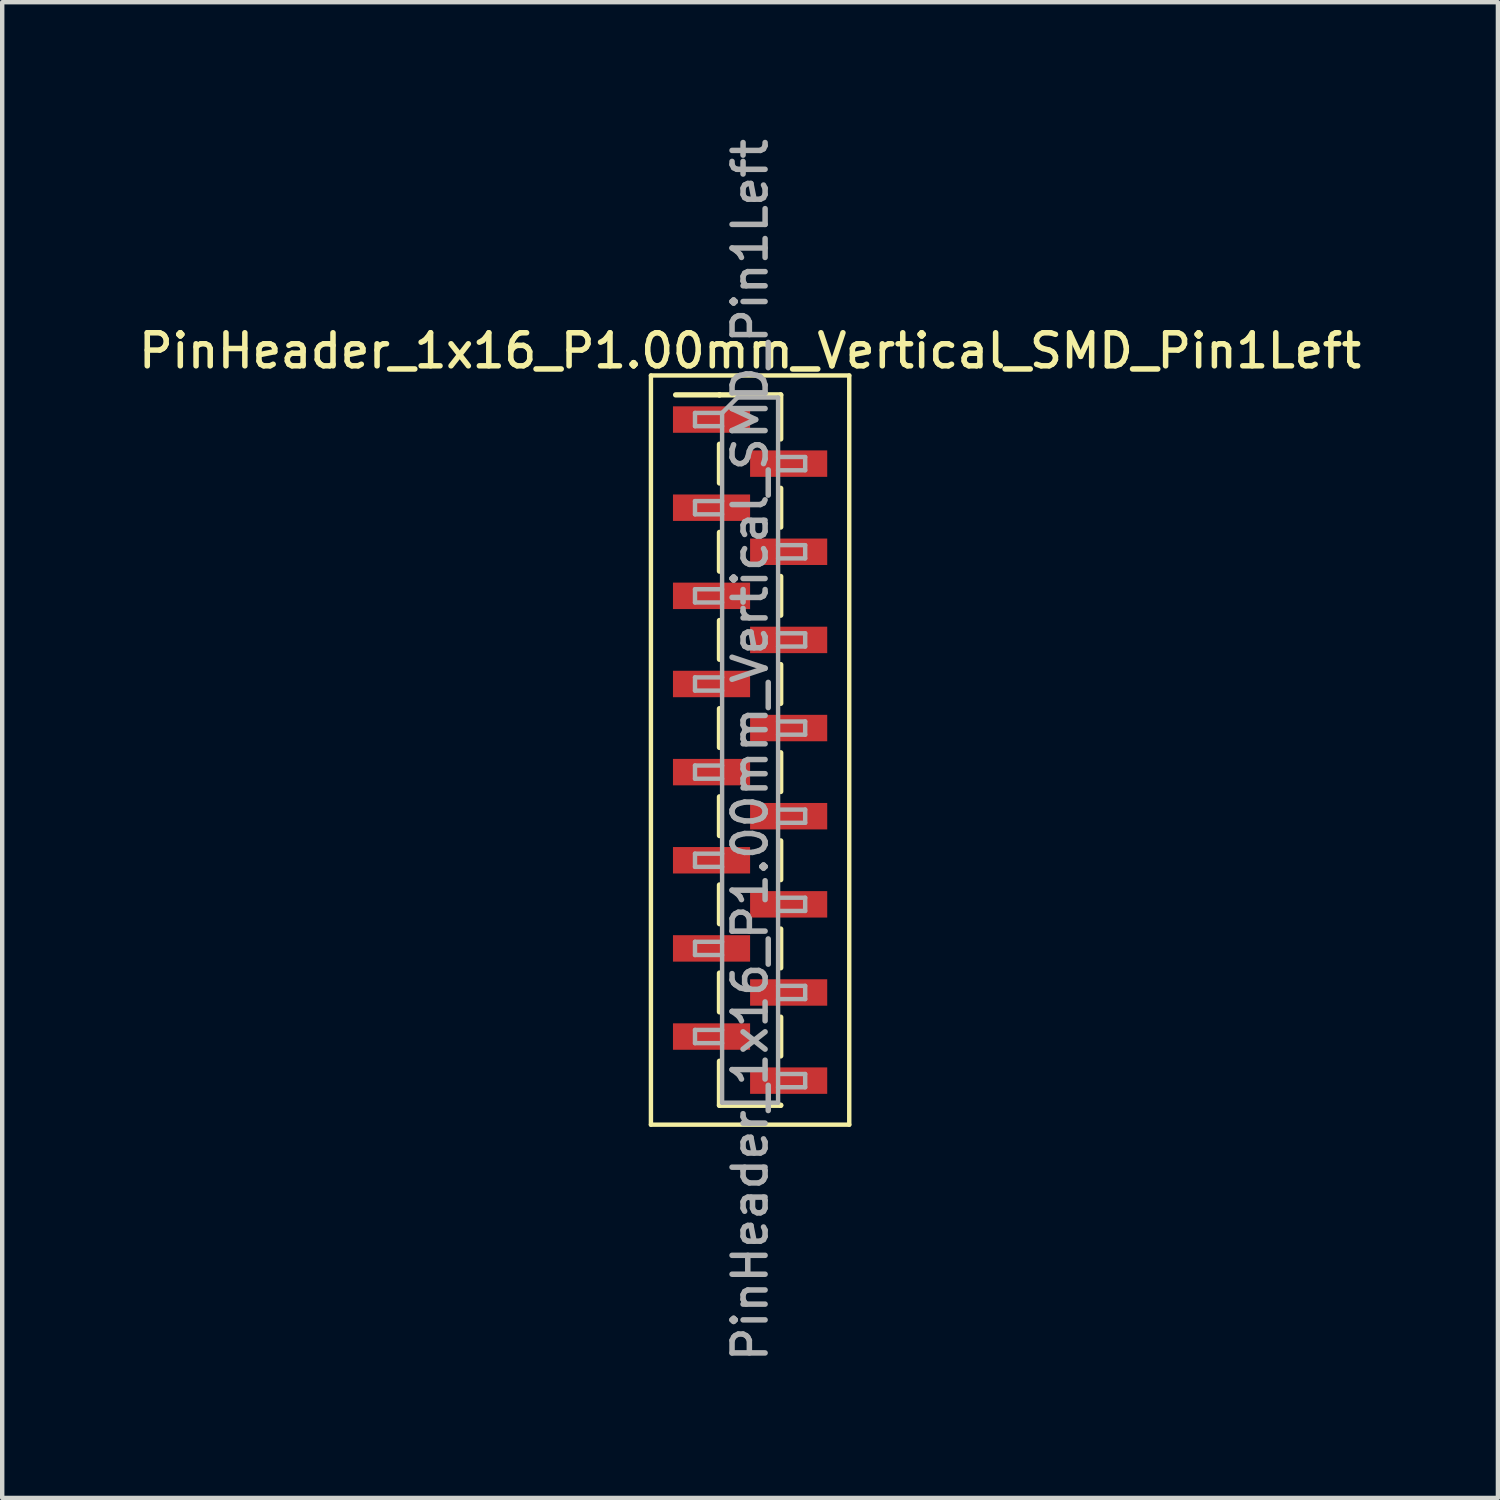
<source format=kicad_pcb>
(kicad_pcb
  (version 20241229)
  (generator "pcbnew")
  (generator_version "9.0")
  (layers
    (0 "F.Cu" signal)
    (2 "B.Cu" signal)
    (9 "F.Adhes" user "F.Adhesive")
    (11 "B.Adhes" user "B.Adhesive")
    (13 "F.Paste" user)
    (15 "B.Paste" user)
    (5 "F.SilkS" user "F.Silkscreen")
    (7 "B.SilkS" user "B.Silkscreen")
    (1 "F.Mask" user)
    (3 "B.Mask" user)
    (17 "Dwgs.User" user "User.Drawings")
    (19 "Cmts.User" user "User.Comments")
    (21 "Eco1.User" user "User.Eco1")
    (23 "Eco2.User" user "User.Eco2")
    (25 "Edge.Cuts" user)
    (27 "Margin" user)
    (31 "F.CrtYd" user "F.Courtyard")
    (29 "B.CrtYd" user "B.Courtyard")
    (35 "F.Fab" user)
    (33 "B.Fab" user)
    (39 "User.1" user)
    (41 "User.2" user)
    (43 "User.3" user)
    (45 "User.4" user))
  (footprint "PinHeader_1x16_P1.00mm_Vertical_SMD_Pin1Left"
    (layer "F.Cu")
    (at 13.97 13.97)
    (property "Reference" "PinHeader_1x16_P1.00mm_Vertical_SMD_Pin1Left" (at 0 -9.06 0) (layer "F.SilkS") (effects (font (size 0.75 0.75) (thickness 0.125))))
    (attr smd)
    (fp_line (start -2.25 -8.5) (end -2.25 8.5) (stroke (width 0.1) (type solid)) (layer "F.SilkS"))
    (fp_line (start -2.25 8.5) (end 2.25 8.5) (stroke (width 0.1) (type solid)) (layer "F.SilkS"))
    (fp_line (start -0.695 -8.06) (end -1.69 -8.06) (stroke (width 0.12) (type solid)) (layer "F.SilkS"))
    (fp_line (start -0.695 -8.06) (end -0.695 -8.06) (stroke (width 0.12) (type solid)) (layer "F.SilkS"))
    (fp_line (start -0.695 -8.06) (end 0.695 -8.06) (stroke (width 0.12) (type solid)) (layer "F.SilkS"))
    (fp_line (start -0.695 -6.94) (end -0.695 -6.06) (stroke (width 0.12) (type solid)) (layer "F.SilkS"))
    (fp_line (start -0.695 -4.94) (end -0.695 -4.06) (stroke (width 0.12) (type solid)) (layer "F.SilkS"))
    (fp_line (start -0.695 -2.94) (end -0.695 -2.06) (stroke (width 0.12) (type solid)) (layer "F.SilkS"))
    (fp_line (start -0.695 -0.94) (end -0.695 -0.06) (stroke (width 0.12) (type solid)) (layer "F.SilkS"))
    (fp_line (start -0.695 1.06) (end -0.695 1.94) (stroke (width 0.12) (type solid)) (layer "F.SilkS"))
    (fp_line (start -0.695 3.06) (end -0.695 3.94) (stroke (width 0.12) (type solid)) (layer "F.SilkS"))
    (fp_line (start -0.695 5.06) (end -0.695 5.94) (stroke (width 0.12) (type solid)) (layer "F.SilkS"))
    (fp_line (start -0.695 7.06) (end -0.695 8.06) (stroke (width 0.12) (type solid)) (layer "F.SilkS"))
    (fp_line (start -0.695 8.06) (end 0.695 8.06) (stroke (width 0.12) (type solid)) (layer "F.SilkS"))
    (fp_line (start 0.695 -8.06) (end 0.695 -7.06) (stroke (width 0.12) (type solid)) (layer "F.SilkS"))
    (fp_line (start 0.695 -5.94) (end 0.695 -5.06) (stroke (width 0.12) (type solid)) (layer "F.SilkS"))
    (fp_line (start 0.695 -3.94) (end 0.695 -3.06) (stroke (width 0.12) (type solid)) (layer "F.SilkS"))
    (fp_line (start 0.695 -1.94) (end 0.695 -1.06) (stroke (width 0.12) (type solid)) (layer "F.SilkS"))
    (fp_line (start 0.695 0.06) (end 0.695 0.94) (stroke (width 0.12) (type solid)) (layer "F.SilkS"))
    (fp_line (start 0.695 2.06) (end 0.695 2.94) (stroke (width 0.12) (type solid)) (layer "F.SilkS"))
    (fp_line (start 0.695 4.06) (end 0.695 4.94) (stroke (width 0.12) (type solid)) (layer "F.SilkS"))
    (fp_line (start 0.695 6.06) (end 0.695 6.94) (stroke (width 0.12) (type solid)) (layer "F.SilkS"))
    (fp_line (start 0.695 8.06) (end 0.695 8.06) (stroke (width 0.12) (type solid)) (layer "F.SilkS"))
    (fp_line (start 2.25 -8.5) (end -2.25 -8.5) (stroke (width 0.1) (type solid)) (layer "F.SilkS"))
    (fp_line (start 2.25 8.5) (end 2.25 -8.5) (stroke (width 0.1) (type solid)) (layer "F.SilkS"))
    (fp_line (start -1.25 -7.65) (end -1.25 -7.35) (stroke (width 0.1) (type solid)) (layer "F.Fab"))
    (fp_line (start -1.25 -7.35) (end -0.635 -7.35) (stroke (width 0.1) (type solid)) (layer "F.Fab"))
    (fp_line (start -1.25 -5.65) (end -1.25 -5.35) (stroke (width 0.1) (type solid)) (layer "F.Fab"))
    (fp_line (start -1.25 -5.35) (end -0.635 -5.35) (stroke (width 0.1) (type solid)) (layer "F.Fab"))
    (fp_line (start -1.25 -3.65) (end -1.25 -3.35) (stroke (width 0.1) (type solid)) (layer "F.Fab"))
    (fp_line (start -1.25 -3.35) (end -0.635 -3.35) (stroke (width 0.1) (type solid)) (layer "F.Fab"))
    (fp_line (start -1.25 -1.65) (end -1.25 -1.35) (stroke (width 0.1) (type solid)) (layer "F.Fab"))
    (fp_line (start -1.25 -1.35) (end -0.635 -1.35) (stroke (width 0.1) (type solid)) (layer "F.Fab"))
    (fp_line (start -1.25 0.35) (end -1.25 0.65) (stroke (width 0.1) (type solid)) (layer "F.Fab"))
    (fp_line (start -1.25 0.65) (end -0.635 0.65) (stroke (width 0.1) (type solid)) (layer "F.Fab"))
    (fp_line (start -1.25 2.35) (end -1.25 2.65) (stroke (width 0.1) (type solid)) (layer "F.Fab"))
    (fp_line (start -1.25 2.65) (end -0.635 2.65) (stroke (width 0.1) (type solid)) (layer "F.Fab"))
    (fp_line (start -1.25 4.35) (end -1.25 4.65) (stroke (width 0.1) (type solid)) (layer "F.Fab"))
    (fp_line (start -1.25 4.65) (end -0.635 4.65) (stroke (width 0.1) (type solid)) (layer "F.Fab"))
    (fp_line (start -1.25 6.35) (end -1.25 6.65) (stroke (width 0.1) (type solid)) (layer "F.Fab"))
    (fp_line (start -1.25 6.65) (end -0.635 6.65) (stroke (width 0.1) (type solid)) (layer "F.Fab"))
    (fp_line (start -0.635 -7.65) (end -1.25 -7.65) (stroke (width 0.1) (type solid)) (layer "F.Fab"))
    (fp_line (start -0.635 -7.65) (end -0.285 -8) (stroke (width 0.1) (type solid)) (layer "F.Fab"))
    (fp_line (start -0.635 -5.65) (end -1.25 -5.65) (stroke (width 0.1) (type solid)) (layer "F.Fab"))
    (fp_line (start -0.635 -3.65) (end -1.25 -3.65) (stroke (width 0.1) (type solid)) (layer "F.Fab"))
    (fp_line (start -0.635 -1.65) (end -1.25 -1.65) (stroke (width 0.1) (type solid)) (layer "F.Fab"))
    (fp_line (start -0.635 0.35) (end -1.25 0.35) (stroke (width 0.1) (type solid)) (layer "F.Fab"))
    (fp_line (start -0.635 2.35) (end -1.25 2.35) (stroke (width 0.1) (type solid)) (layer "F.Fab"))
    (fp_line (start -0.635 4.35) (end -1.25 4.35) (stroke (width 0.1) (type solid)) (layer "F.Fab"))
    (fp_line (start -0.635 6.35) (end -1.25 6.35) (stroke (width 0.1) (type solid)) (layer "F.Fab"))
    (fp_line (start -0.635 8) (end -0.635 -7.65) (stroke (width 0.1) (type solid)) (layer "F.Fab"))
    (fp_line (start -0.285 -8) (end 0.635 -8) (stroke (width 0.1) (type solid)) (layer "F.Fab"))
    (fp_line (start 0.635 -8) (end 0.635 8) (stroke (width 0.1) (type solid)) (layer "F.Fab"))
    (fp_line (start 0.635 -6.65) (end 1.25 -6.65) (stroke (width 0.1) (type solid)) (layer "F.Fab"))
    (fp_line (start 0.635 -4.65) (end 1.25 -4.65) (stroke (width 0.1) (type solid)) (layer "F.Fab"))
    (fp_line (start 0.635 -2.65) (end 1.25 -2.65) (stroke (width 0.1) (type solid)) (layer "F.Fab"))
    (fp_line (start 0.635 -0.65) (end 1.25 -0.65) (stroke (width 0.1) (type solid)) (layer "F.Fab"))
    (fp_line (start 0.635 1.35) (end 1.25 1.35) (stroke (width 0.1) (type solid)) (layer "F.Fab"))
    (fp_line (start 0.635 3.35) (end 1.25 3.35) (stroke (width 0.1) (type solid)) (layer "F.Fab"))
    (fp_line (start 0.635 5.35) (end 1.25 5.35) (stroke (width 0.1) (type solid)) (layer "F.Fab"))
    (fp_line (start 0.635 7.35) (end 1.25 7.35) (stroke (width 0.1) (type solid)) (layer "F.Fab"))
    (fp_line (start 0.635 8) (end -0.635 8) (stroke (width 0.1) (type solid)) (layer "F.Fab"))
    (fp_line (start 1.25 -6.65) (end 1.25 -6.35) (stroke (width 0.1) (type solid)) (layer "F.Fab"))
    (fp_line (start 1.25 -6.35) (end 0.635 -6.35) (stroke (width 0.1) (type solid)) (layer "F.Fab"))
    (fp_line (start 1.25 -4.65) (end 1.25 -4.35) (stroke (width 0.1) (type solid)) (layer "F.Fab"))
    (fp_line (start 1.25 -4.35) (end 0.635 -4.35) (stroke (width 0.1) (type solid)) (layer "F.Fab"))
    (fp_line (start 1.25 -2.65) (end 1.25 -2.35) (stroke (width 0.1) (type solid)) (layer "F.Fab"))
    (fp_line (start 1.25 -2.35) (end 0.635 -2.35) (stroke (width 0.1) (type solid)) (layer "F.Fab"))
    (fp_line (start 1.25 -0.65) (end 1.25 -0.35) (stroke (width 0.1) (type solid)) (layer "F.Fab"))
    (fp_line (start 1.25 -0.35) (end 0.635 -0.35) (stroke (width 0.1) (type solid)) (layer "F.Fab"))
    (fp_line (start 1.25 1.35) (end 1.25 1.65) (stroke (width 0.1) (type solid)) (layer "F.Fab"))
    (fp_line (start 1.25 1.65) (end 0.635 1.65) (stroke (width 0.1) (type solid)) (layer "F.Fab"))
    (fp_line (start 1.25 3.35) (end 1.25 3.65) (stroke (width 0.1) (type solid)) (layer "F.Fab"))
    (fp_line (start 1.25 3.65) (end 0.635 3.65) (stroke (width 0.1) (type solid)) (layer "F.Fab"))
    (fp_line (start 1.25 5.35) (end 1.25 5.65) (stroke (width 0.1) (type solid)) (layer "F.Fab"))
    (fp_line (start 1.25 5.65) (end 0.635 5.65) (stroke (width 0.1) (type solid)) (layer "F.Fab"))
    (fp_line (start 1.25 7.35) (end 1.25 7.65) (stroke (width 0.1) (type solid)) (layer "F.Fab"))
    (fp_line (start 1.25 7.65) (end 0.635 7.65) (stroke (width 0.1) (type solid)) (layer "F.Fab"))
    (fp_text user "${REFERENCE}" (at 0 0 90) (layer "F.Fab") (effects (font (size 0.75 0.75) (thickness 0.125))))
    (pad "1" smd rect (at -0.875 -7.5) (size 1.75 0.6) (layers "F.Cu" "F.Mask" "F.Paste"))
    (pad "2" smd rect (at 0.875 -6.5) (size 1.75 0.6) (layers "F.Cu" "F.Mask" "F.Paste"))
    (pad "3" smd rect (at -0.875 -5.5) (size 1.75 0.6) (layers "F.Cu" "F.Mask" "F.Paste"))
    (pad "4" smd rect (at 0.875 -4.5) (size 1.75 0.6) (layers "F.Cu" "F.Mask" "F.Paste"))
    (pad "5" smd rect (at -0.875 -3.5) (size 1.75 0.6) (layers "F.Cu" "F.Mask" "F.Paste"))
    (pad "6" smd rect (at 0.875 -2.5) (size 1.75 0.6) (layers "F.Cu" "F.Mask" "F.Paste"))
    (pad "7" smd rect (at -0.875 -1.5) (size 1.75 0.6) (layers "F.Cu" "F.Mask" "F.Paste"))
    (pad "8" smd rect (at 0.875 -0.5) (size 1.75 0.6) (layers "F.Cu" "F.Mask" "F.Paste"))
    (pad "9" smd rect (at -0.875 0.5) (size 1.75 0.6) (layers "F.Cu" "F.Mask" "F.Paste"))
    (pad "10" smd rect (at 0.875 1.5) (size 1.75 0.6) (layers "F.Cu" "F.Mask" "F.Paste"))
    (pad "11" smd rect (at -0.875 2.5) (size 1.75 0.6) (layers "F.Cu" "F.Mask" "F.Paste"))
    (pad "12" smd rect (at 0.875 3.5) (size 1.75 0.6) (layers "F.Cu" "F.Mask" "F.Paste"))
    (pad "13" smd rect (at -0.875 4.5) (size 1.75 0.6) (layers "F.Cu" "F.Mask" "F.Paste"))
    (pad "14" smd rect (at 0.875 5.5) (size 1.75 0.6) (layers "F.Cu" "F.Mask" "F.Paste"))
    (pad "15" smd rect (at -0.875 6.5) (size 1.75 0.6) (layers "F.Cu" "F.Mask" "F.Paste"))
    (pad "16" smd rect (at 0.875 7.5) (size 1.75 0.6) (layers "F.Cu" "F.Mask" "F.Paste")))
  (gr_rect
    (start -3 -3)
    (end 30.939 30.939)
    (stroke (width 0.1) (type default))
    (fill no)
    (layer "Edge.Cuts")))
</source>
